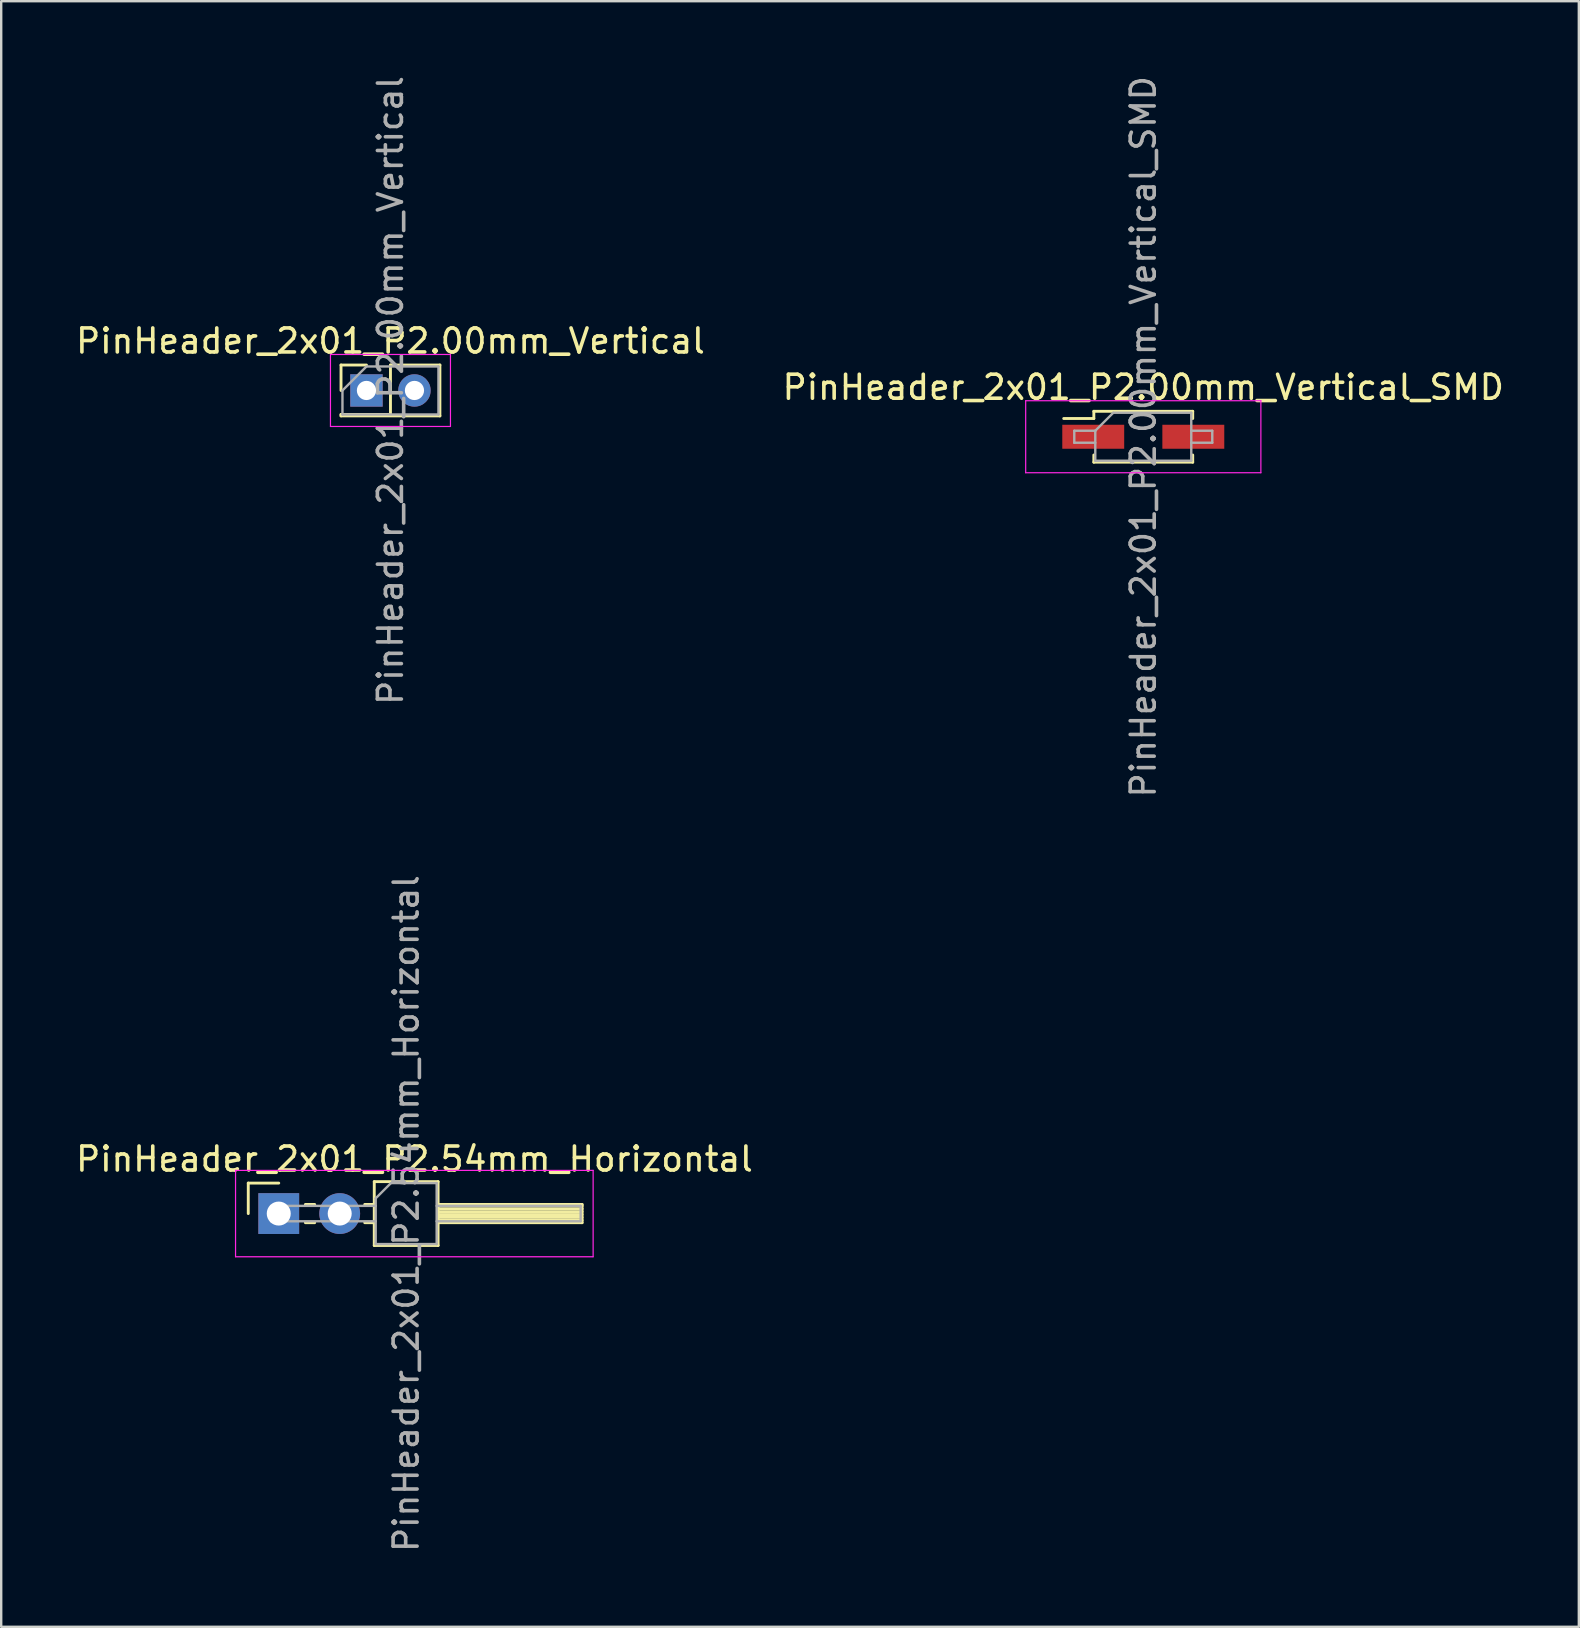
<source format=kicad_pcb>
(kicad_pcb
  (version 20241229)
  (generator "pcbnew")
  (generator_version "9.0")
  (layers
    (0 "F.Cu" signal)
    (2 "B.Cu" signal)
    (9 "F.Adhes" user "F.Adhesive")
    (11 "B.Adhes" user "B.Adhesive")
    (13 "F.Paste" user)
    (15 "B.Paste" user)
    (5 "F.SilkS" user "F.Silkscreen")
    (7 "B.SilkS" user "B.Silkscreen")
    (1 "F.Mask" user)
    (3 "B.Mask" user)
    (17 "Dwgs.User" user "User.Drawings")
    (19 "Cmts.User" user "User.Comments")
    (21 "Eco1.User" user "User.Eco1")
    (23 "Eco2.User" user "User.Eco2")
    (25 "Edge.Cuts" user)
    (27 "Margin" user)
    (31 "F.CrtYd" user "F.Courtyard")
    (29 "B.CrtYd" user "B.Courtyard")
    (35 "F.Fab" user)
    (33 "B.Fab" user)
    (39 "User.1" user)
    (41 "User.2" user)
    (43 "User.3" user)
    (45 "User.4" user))
  (footprint "PinHeader_2x01_P2.00mm_Vertical_SMD"
    (layer "F.Cu")
    (at 44.589 15.149)
    (property "Reference" "PinHeader_2x01_P2.00mm_Vertical_SMD" (at 0 -2.06 0) (layer "F.SilkS") (effects (font (size 1 1) (thickness 0.15))))
    (attr smd)
    (fp_line (start -3.315 -0.76) (end -2.06 -0.76) (stroke (width 0.12) (type solid)) (layer "F.SilkS"))
    (fp_line (start -2.06 -1.06) (end -2.06 -0.76) (stroke (width 0.12) (type solid)) (layer "F.SilkS"))
    (fp_line (start -2.06 -1.06) (end 2.06 -1.06) (stroke (width 0.12) (type solid)) (layer "F.SilkS"))
    (fp_line (start -2.06 0.76) (end -2.06 1.06) (stroke (width 0.12) (type solid)) (layer "F.SilkS"))
    (fp_line (start -2.06 1.06) (end 2.06 1.06) (stroke (width 0.12) (type solid)) (layer "F.SilkS"))
    (fp_line (start 2.06 -1.06) (end 2.06 -0.76) (stroke (width 0.12) (type solid)) (layer "F.SilkS"))
    (fp_line (start 2.06 0.76) (end 2.06 1.06) (stroke (width 0.12) (type solid)) (layer "F.SilkS"))
    (fp_line (start -4.9 -1.5) (end -4.9 1.5) (stroke (width 0.05) (type solid)) (layer "F.CrtYd"))
    (fp_line (start -4.9 1.5) (end 4.9 1.5) (stroke (width 0.05) (type solid)) (layer "F.CrtYd"))
    (fp_line (start 4.9 -1.5) (end -4.9 -1.5) (stroke (width 0.05) (type solid)) (layer "F.CrtYd"))
    (fp_line (start 4.9 1.5) (end 4.9 -1.5) (stroke (width 0.05) (type solid)) (layer "F.CrtYd"))
    (fp_line (start -2.875 -0.25) (end -2.875 0.25) (stroke (width 0.1) (type solid)) (layer "F.Fab"))
    (fp_line (start -2.875 0.25) (end -2 0.25) (stroke (width 0.1) (type solid)) (layer "F.Fab"))
    (fp_line (start -2 -0.25) (end -2.875 -0.25) (stroke (width 0.1) (type solid)) (layer "F.Fab"))
    (fp_line (start -2 -0.25) (end -1.25 -1) (stroke (width 0.1) (type solid)) (layer "F.Fab"))
    (fp_line (start -2 1) (end -2 -0.25) (stroke (width 0.1) (type solid)) (layer "F.Fab"))
    (fp_line (start -1.25 -1) (end 2 -1) (stroke (width 0.1) (type solid)) (layer "F.Fab"))
    (fp_line (start 2 -1) (end 2 1) (stroke (width 0.1) (type solid)) (layer "F.Fab"))
    (fp_line (start 2 -0.25) (end 2.875 -0.25) (stroke (width 0.1) (type solid)) (layer "F.Fab"))
    (fp_line (start 2 1) (end -2 1) (stroke (width 0.1) (type solid)) (layer "F.Fab"))
    (fp_line (start 2.875 -0.25) (end 2.875 0.25) (stroke (width 0.1) (type solid)) (layer "F.Fab"))
    (fp_line (start 2.875 0.25) (end 2 0.25) (stroke (width 0.1) (type solid)) (layer "F.Fab"))
    (fp_text user "${REFERENCE}" (at 0 0 90) (layer "F.Fab") (effects (font (size 1 1) (thickness 0.15))))
    (pad "1" smd rect (at -2.085 0) (size 2.58 1) (layers "F.Cu" "F.Mask" "F.Paste"))
    (pad "2" smd rect (at 2.085 0) (size 2.58 1) (layers "F.Cu" "F.Mask" "F.Paste")))
  (footprint "PinHeader_2x01_P2.54mm_Horizontal"
    (layer "F.Cu")
    (at 8.565 47.518)
    (property "Reference" "PinHeader_2x01_P2.54mm_Horizontal" (at 5.655 -2.27 0) (layer "F.SilkS") (effects (font (size 1 1) (thickness 0.15))))
    (attr through_hole)
    (fp_line (start -1.27 -1.27) (end 0 -1.27) (stroke (width 0.12) (type solid)) (layer "F.SilkS"))
    (fp_line (start -1.27 0) (end -1.27 -1.27) (stroke (width 0.12) (type solid)) (layer "F.SilkS"))
    (fp_line (start 1.11 -0.38) (end 1.497 -0.38) (stroke (width 0.12) (type solid)) (layer "F.SilkS"))
    (fp_line (start 1.11 0.38) (end 1.497 0.38) (stroke (width 0.12) (type solid)) (layer "F.SilkS"))
    (fp_line (start 3.583 -0.38) (end 3.98 -0.38) (stroke (width 0.12) (type solid)) (layer "F.SilkS"))
    (fp_line (start 3.583 0.38) (end 3.98 0.38) (stroke (width 0.12) (type solid)) (layer "F.SilkS"))
    (fp_line (start 3.98 -1.33) (end 3.98 1.33) (stroke (width 0.12) (type solid)) (layer "F.SilkS"))
    (fp_line (start 3.98 1.33) (end 6.64 1.33) (stroke (width 0.12) (type solid)) (layer "F.SilkS"))
    (fp_line (start 6.64 -1.33) (end 3.98 -1.33) (stroke (width 0.12) (type solid)) (layer "F.SilkS"))
    (fp_line (start 6.64 -0.38) (end 12.64 -0.38) (stroke (width 0.12) (type solid)) (layer "F.SilkS"))
    (fp_line (start 6.64 -0.32) (end 12.64 -0.32) (stroke (width 0.12) (type solid)) (layer "F.SilkS"))
    (fp_line (start 6.64 -0.2) (end 12.64 -0.2) (stroke (width 0.12) (type solid)) (layer "F.SilkS"))
    (fp_line (start 6.64 -0.08) (end 12.64 -0.08) (stroke (width 0.12) (type solid)) (layer "F.SilkS"))
    (fp_line (start 6.64 0.04) (end 12.64 0.04) (stroke (width 0.12) (type solid)) (layer "F.SilkS"))
    (fp_line (start 6.64 0.16) (end 12.64 0.16) (stroke (width 0.12) (type solid)) (layer "F.SilkS"))
    (fp_line (start 6.64 0.28) (end 12.64 0.28) (stroke (width 0.12) (type solid)) (layer "F.SilkS"))
    (fp_line (start 6.64 1.33) (end 6.64 -1.33) (stroke (width 0.12) (type solid)) (layer "F.SilkS"))
    (fp_line (start 12.64 -0.38) (end 12.64 0.38) (stroke (width 0.12) (type solid)) (layer "F.SilkS"))
    (fp_line (start 12.64 0.38) (end 6.64 0.38) (stroke (width 0.12) (type solid)) (layer "F.SilkS"))
    (fp_line (start -1.8 -1.8) (end -1.8 1.8) (stroke (width 0.05) (type solid)) (layer "F.CrtYd"))
    (fp_line (start -1.8 1.8) (end 13.1 1.8) (stroke (width 0.05) (type solid)) (layer "F.CrtYd"))
    (fp_line (start 13.1 -1.8) (end -1.8 -1.8) (stroke (width 0.05) (type solid)) (layer "F.CrtYd"))
    (fp_line (start 13.1 1.8) (end 13.1 -1.8) (stroke (width 0.05) (type solid)) (layer "F.CrtYd"))
    (fp_line (start -0.32 -0.32) (end -0.32 0.32) (stroke (width 0.1) (type solid)) (layer "F.Fab"))
    (fp_line (start -0.32 -0.32) (end 4.04 -0.32) (stroke (width 0.1) (type solid)) (layer "F.Fab"))
    (fp_line (start -0.32 0.32) (end 4.04 0.32) (stroke (width 0.1) (type solid)) (layer "F.Fab"))
    (fp_line (start 4.04 -0.635) (end 4.675 -1.27) (stroke (width 0.1) (type solid)) (layer "F.Fab"))
    (fp_line (start 4.04 1.27) (end 4.04 -0.635) (stroke (width 0.1) (type solid)) (layer "F.Fab"))
    (fp_line (start 4.675 -1.27) (end 6.58 -1.27) (stroke (width 0.1) (type solid)) (layer "F.Fab"))
    (fp_line (start 6.58 -1.27) (end 6.58 1.27) (stroke (width 0.1) (type solid)) (layer "F.Fab"))
    (fp_line (start 6.58 -0.32) (end 12.58 -0.32) (stroke (width 0.1) (type solid)) (layer "F.Fab"))
    (fp_line (start 6.58 0.32) (end 12.58 0.32) (stroke (width 0.1) (type solid)) (layer "F.Fab"))
    (fp_line (start 6.58 1.27) (end 4.04 1.27) (stroke (width 0.1) (type solid)) (layer "F.Fab"))
    (fp_line (start 12.58 -0.32) (end 12.58 0.32) (stroke (width 0.1) (type solid)) (layer "F.Fab"))
    (fp_text user "${REFERENCE}" (at 5.31 0 90) (layer "F.Fab") (effects (font (size 1 1) (thickness 0.15))))
    (pad "1" thru_hole rect (at 0 0) (size 1.7 1.7) (drill 1) (layers "*.Cu" "*.Mask"))
    (pad "2" thru_hole oval (at 2.54 0) (size 1.7 1.7) (drill 1) (layers "*.Cu" "*.Mask")))
  (footprint "PinHeader_2x01_P2.00mm_Vertical"
    (layer "F.Cu")
    (at 12.22 13.22)
    (property "Reference" "PinHeader_2x01_P2.00mm_Vertical" (at 1 -2.06 0) (layer "F.SilkS") (effects (font (size 1 1) (thickness 0.15))))
    (attr through_hole)
    (fp_line (start -1.06 -1.06) (end 0 -1.06) (stroke (width 0.12) (type solid)) (layer "F.SilkS"))
    (fp_line (start -1.06 0) (end -1.06 -1.06) (stroke (width 0.12) (type solid)) (layer "F.SilkS"))
    (fp_line (start -1.06 1) (end -1.06 1.06) (stroke (width 0.12) (type solid)) (layer "F.SilkS"))
    (fp_line (start -1.06 1) (end 1 1) (stroke (width 0.12) (type solid)) (layer "F.SilkS"))
    (fp_line (start -1.06 1.06) (end 3.06 1.06) (stroke (width 0.12) (type solid)) (layer "F.SilkS"))
    (fp_line (start 1 -1.06) (end 3.06 -1.06) (stroke (width 0.12) (type solid)) (layer "F.SilkS"))
    (fp_line (start 1 1) (end 1 -1.06) (stroke (width 0.12) (type solid)) (layer "F.SilkS"))
    (fp_line (start 3.06 -1.06) (end 3.06 1.06) (stroke (width 0.12) (type solid)) (layer "F.SilkS"))
    (fp_line (start -1.5 -1.5) (end -1.5 1.5) (stroke (width 0.05) (type solid)) (layer "F.CrtYd"))
    (fp_line (start -1.5 1.5) (end 3.5 1.5) (stroke (width 0.05) (type solid)) (layer "F.CrtYd"))
    (fp_line (start 3.5 -1.5) (end -1.5 -1.5) (stroke (width 0.05) (type solid)) (layer "F.CrtYd"))
    (fp_line (start 3.5 1.5) (end 3.5 -1.5) (stroke (width 0.05) (type solid)) (layer "F.CrtYd"))
    (fp_line (start -1 0) (end 0 -1) (stroke (width 0.1) (type solid)) (layer "F.Fab"))
    (fp_line (start -1 1) (end -1 0) (stroke (width 0.1) (type solid)) (layer "F.Fab"))
    (fp_line (start 0 -1) (end 3 -1) (stroke (width 0.1) (type solid)) (layer "F.Fab"))
    (fp_line (start 3 -1) (end 3 1) (stroke (width 0.1) (type solid)) (layer "F.Fab"))
    (fp_line (start 3 1) (end -1 1) (stroke (width 0.1) (type solid)) (layer "F.Fab"))
    (fp_text user "${REFERENCE}" (at 1 0 90) (layer "F.Fab") (effects (font (size 1 1) (thickness 0.15))))
    (pad "1" thru_hole rect (at 0 0) (size 1.35 1.35) (drill 0.8) (layers "*.Cu" "*.Mask"))
    (pad "2" thru_hole oval (at 2 0) (size 1.35 1.35) (drill 0.8) (layers "*.Cu" "*.Mask")))
  (gr_rect
    (start -3 -3)
    (end 62.738 64.738)
    (stroke (width 0.1) (type default))
    (fill no)
    (layer "Edge.Cuts")))
</source>
